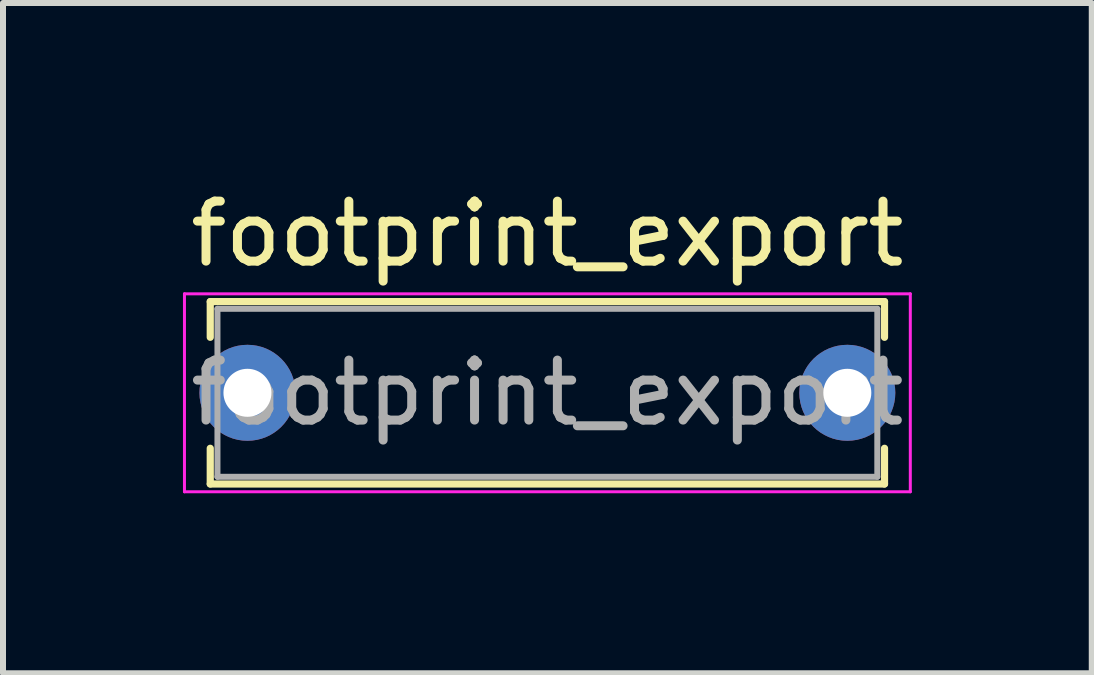
<source format=kicad_pcb>
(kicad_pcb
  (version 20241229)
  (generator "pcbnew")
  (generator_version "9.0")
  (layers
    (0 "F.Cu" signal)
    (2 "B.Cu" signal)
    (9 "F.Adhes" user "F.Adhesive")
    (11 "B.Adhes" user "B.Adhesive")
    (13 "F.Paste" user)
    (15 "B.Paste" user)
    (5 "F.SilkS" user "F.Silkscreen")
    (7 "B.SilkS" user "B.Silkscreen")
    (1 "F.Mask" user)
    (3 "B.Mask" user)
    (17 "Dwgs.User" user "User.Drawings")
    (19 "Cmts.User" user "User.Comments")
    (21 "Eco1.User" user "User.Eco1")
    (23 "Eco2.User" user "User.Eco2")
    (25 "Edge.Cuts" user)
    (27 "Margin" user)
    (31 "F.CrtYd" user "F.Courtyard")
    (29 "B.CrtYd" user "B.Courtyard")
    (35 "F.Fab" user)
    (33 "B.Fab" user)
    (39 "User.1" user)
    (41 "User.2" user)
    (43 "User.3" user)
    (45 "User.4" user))
  (footprint "footprint_export"
    (layer "F.Cu")
    (at 1.075 3.498)
    (property "Reference" "footprint_export" (at 5 -2.65 0) (layer "F.SilkS") (effects (font (size 1 1) (thickness 0.15))))
    (attr through_hole)
    (fp_line (start -0.62 -1.52) (end -0.62 -0.925) (stroke (width 0.12) (type solid)) (layer "F.SilkS"))
    (fp_line (start -0.62 -1.52) (end 10.62 -1.52) (stroke (width 0.12) (type solid)) (layer "F.SilkS"))
    (fp_line (start -0.62 0.925) (end -0.62 1.52) (stroke (width 0.12) (type solid)) (layer "F.SilkS"))
    (fp_line (start -0.62 1.52) (end 10.62 1.52) (stroke (width 0.12) (type solid)) (layer "F.SilkS"))
    (fp_line (start 10.62 -1.52) (end 10.62 -0.925) (stroke (width 0.12) (type solid)) (layer "F.SilkS"))
    (fp_line (start 10.62 0.925) (end 10.62 1.52) (stroke (width 0.12) (type solid)) (layer "F.SilkS"))
    (fp_line (start -1.05 -1.65) (end -1.05 1.65) (stroke (width 0.05) (type solid)) (layer "F.CrtYd"))
    (fp_line (start -1.05 1.65) (end 11.05 1.65) (stroke (width 0.05) (type solid)) (layer "F.CrtYd"))
    (fp_line (start 11.05 -1.65) (end -1.05 -1.65) (stroke (width 0.05) (type solid)) (layer "F.CrtYd"))
    (fp_line (start 11.05 1.65) (end 11.05 -1.65) (stroke (width 0.05) (type solid)) (layer "F.CrtYd"))
    (fp_line (start -0.5 -1.4) (end -0.5 1.4) (stroke (width 0.1) (type solid)) (layer "F.Fab"))
    (fp_line (start -0.5 1.4) (end 10.5 1.4) (stroke (width 0.1) (type solid)) (layer "F.Fab"))
    (fp_line (start 10.5 -1.4) (end -0.5 -1.4) (stroke (width 0.1) (type solid)) (layer "F.Fab"))
    (fp_line (start 10.5 1.4) (end 10.5 -1.4) (stroke (width 0.1) (type solid)) (layer "F.Fab"))
    (fp_text user "${REFERENCE}" (at 5 0 0) (layer "F.Fab") (effects (font (size 1 1) (thickness 0.15))))
    (pad "1" thru_hole circle (at 0 0) (size 1.6 1.6) (drill 0.8) (layers "*.Cu" "*.Mask"))
    (pad "2" thru_hole circle (at 10 0) (size 1.6 1.6) (drill 0.8) (layers "*.Cu" "*.Mask")))
  (gr_rect
    (start -3 -3)
    (end 15.15 8.173)
    (stroke (width 0.1) (type default))
    (fill no)
    (layer "Edge.Cuts")))
</source>
